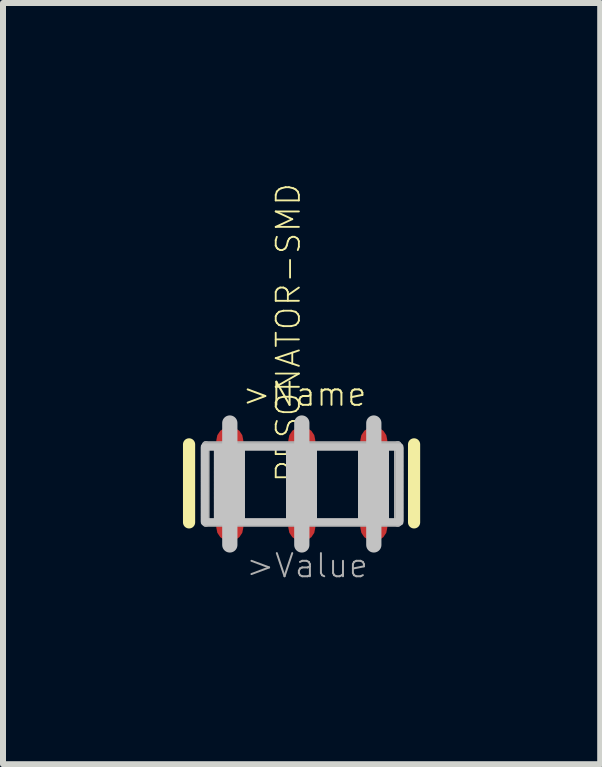
<source format=kicad_pcb>
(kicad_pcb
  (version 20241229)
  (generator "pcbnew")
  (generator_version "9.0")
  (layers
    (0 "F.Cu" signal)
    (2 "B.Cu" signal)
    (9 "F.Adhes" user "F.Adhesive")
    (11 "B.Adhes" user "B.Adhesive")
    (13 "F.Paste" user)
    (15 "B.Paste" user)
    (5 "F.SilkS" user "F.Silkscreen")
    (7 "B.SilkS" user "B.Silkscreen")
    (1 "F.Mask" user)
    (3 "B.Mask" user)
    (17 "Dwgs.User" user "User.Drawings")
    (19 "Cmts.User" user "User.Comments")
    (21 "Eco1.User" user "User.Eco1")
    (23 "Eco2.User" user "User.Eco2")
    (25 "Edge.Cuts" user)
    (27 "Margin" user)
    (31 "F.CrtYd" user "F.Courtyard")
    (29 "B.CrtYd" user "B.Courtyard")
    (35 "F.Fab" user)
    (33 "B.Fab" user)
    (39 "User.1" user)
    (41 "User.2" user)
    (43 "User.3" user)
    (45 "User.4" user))
  (footprint "RESONATOR-SMD"
    (layer "F.Cu")
    (at 1.98 5.016)
    (property "Reference" "RESONATOR-SMD" (at 0 0 270) (layer "F.SilkS") (effects (font (size 0.386 0.386) (thickness 0.031)) (justify left bottom)))
    (attr through_hole)
    (fp_poly (pts (xy -1.75 0.77) (xy 1.745 0.77) (xy 1.745 -0.765) (xy -1.75 -0.765)) (stroke (width 0) (type solid)) (fill yes) (layer "F.Mask"))
    (fp_line (start -1.879 0.64) (end -1.879 -0.66) (stroke (width 0.203) (type solid)) (layer "F.SilkS"))
    (fp_line (start 1.871 -0.66) (end 1.871 0.64) (stroke (width 0.203) (type solid)) (layer "F.SilkS"))
    (fp_line (start -1.2 1.016) (end -1.2 0) (stroke (width 0.254) (type solid)) (layer "Dwgs.User"))
    (fp_line (start -1.2 0) (end -1.2 -1.016) (stroke (width 0.254) (type solid)) (layer "Dwgs.User"))
    (fp_line (start 0 0) (end 0 -1.016) (stroke (width 0.254) (type solid)) (layer "Dwgs.User"))
    (fp_line (start 0 0) (end 0 1.016) (stroke (width 0.254) (type solid)) (layer "Dwgs.User"))
    (fp_line (start 1.2 0) (end 1.2 -1.016) (stroke (width 0.254) (type solid)) (layer "Dwgs.User"))
    (fp_line (start 1.2 0) (end 1.2 1.016) (stroke (width 0.254) (type solid)) (layer "Dwgs.User"))
    (fp_poly (pts (xy -1.633 -0.604) (xy 1.643 -0.604) (xy 1.643 -0.626) (xy -1.633 -0.626)) (stroke (width 0.1) (type solid)) (fill no) (layer "Dwgs.User"))
    (fp_poly (pts (xy -1.633 -0.583) (xy -1.611 -0.583) (xy -1.611 -0.604) (xy -1.633 -0.604)) (stroke (width 0.1) (type solid)) (fill no) (layer "Dwgs.User"))
    (fp_poly (pts (xy -1.633 -0.561) (xy -1.611 -0.561) (xy -1.611 -0.583) (xy -1.633 -0.583)) (stroke (width 0.1) (type solid)) (fill no) (layer "Dwgs.User"))
    (fp_poly (pts (xy -1.633 -0.539) (xy -1.611 -0.539) (xy -1.611 -0.561) (xy -1.633 -0.561)) (stroke (width 0.1) (type solid)) (fill no) (layer "Dwgs.User"))
    (fp_poly (pts (xy -1.633 -0.517) (xy -1.611 -0.517) (xy -1.611 -0.539) (xy -1.633 -0.539)) (stroke (width 0.1) (type solid)) (fill no) (layer "Dwgs.User"))
    (fp_poly (pts (xy -1.633 -0.495) (xy -1.611 -0.495) (xy -1.611 -0.517) (xy -1.633 -0.517)) (stroke (width 0.1) (type solid)) (fill no) (layer "Dwgs.User"))
    (fp_poly (pts (xy -1.633 -0.473) (xy -1.611 -0.473) (xy -1.611 -0.495) (xy -1.633 -0.495)) (stroke (width 0.1) (type solid)) (fill no) (layer "Dwgs.User"))
    (fp_poly (pts (xy -1.633 -0.452) (xy -1.611 -0.452) (xy -1.611 -0.473) (xy -1.633 -0.473)) (stroke (width 0.1) (type solid)) (fill no) (layer "Dwgs.User"))
    (fp_poly (pts (xy -1.633 -0.43) (xy -1.611 -0.43) (xy -1.611 -0.452) (xy -1.633 -0.452)) (stroke (width 0.1) (type solid)) (fill no) (layer "Dwgs.User"))
    (fp_poly (pts (xy -1.633 -0.408) (xy -1.611 -0.408) (xy -1.611 -0.43) (xy -1.633 -0.43)) (stroke (width 0.1) (type solid)) (fill no) (layer "Dwgs.User"))
    (fp_poly (pts (xy -1.633 -0.386) (xy -1.611 -0.386) (xy -1.611 -0.408) (xy -1.633 -0.408)) (stroke (width 0.1) (type solid)) (fill no) (layer "Dwgs.User"))
    (fp_poly (pts (xy -1.633 -0.364) (xy -1.611 -0.364) (xy -1.611 -0.386) (xy -1.633 -0.386)) (stroke (width 0.1) (type solid)) (fill no) (layer "Dwgs.User"))
    (fp_poly (pts (xy -1.633 -0.342) (xy -1.611 -0.342) (xy -1.611 -0.364) (xy -1.633 -0.364)) (stroke (width 0.1) (type solid)) (fill no) (layer "Dwgs.User"))
    (fp_poly (pts (xy -1.633 -0.32) (xy -1.611 -0.32) (xy -1.611 -0.342) (xy -1.633 -0.342)) (stroke (width 0.1) (type solid)) (fill no) (layer "Dwgs.User"))
    (fp_poly (pts (xy -1.633 -0.299) (xy -1.611 -0.299) (xy -1.611 -0.32) (xy -1.633 -0.32)) (stroke (width 0.1) (type solid)) (fill no) (layer "Dwgs.User"))
    (fp_poly (pts (xy -1.633 -0.277) (xy -1.611 -0.277) (xy -1.611 -0.299) (xy -1.633 -0.299)) (stroke (width 0.1) (type solid)) (fill no) (layer "Dwgs.User"))
    (fp_poly (pts (xy -1.633 -0.255) (xy -1.611 -0.255) (xy -1.611 -0.277) (xy -1.633 -0.277)) (stroke (width 0.1) (type solid)) (fill no) (layer "Dwgs.User"))
    (fp_poly (pts (xy -1.633 -0.233) (xy -1.611 -0.233) (xy -1.611 -0.255) (xy -1.633 -0.255)) (stroke (width 0.1) (type solid)) (fill no) (layer "Dwgs.User"))
    (fp_poly (pts (xy -1.633 -0.211) (xy -1.611 -0.211) (xy -1.611 -0.233) (xy -1.633 -0.233)) (stroke (width 0.1) (type solid)) (fill no) (layer "Dwgs.User"))
    (fp_poly (pts (xy -1.633 -0.189) (xy -1.611 -0.189) (xy -1.611 -0.211) (xy -1.633 -0.211)) (stroke (width 0.1) (type solid)) (fill no) (layer "Dwgs.User"))
    (fp_poly (pts (xy -1.633 -0.168) (xy -1.611 -0.168) (xy -1.611 -0.189) (xy -1.633 -0.189)) (stroke (width 0.1) (type solid)) (fill no) (layer "Dwgs.User"))
    (fp_poly (pts (xy -1.633 -0.146) (xy -1.611 -0.146) (xy -1.611 -0.168) (xy -1.633 -0.168)) (stroke (width 0.1) (type solid)) (fill no) (layer "Dwgs.User"))
    (fp_poly (pts (xy -1.633 -0.124) (xy -1.611 -0.124) (xy -1.611 -0.146) (xy -1.633 -0.146)) (stroke (width 0.1) (type solid)) (fill no) (layer "Dwgs.User"))
    (fp_poly (pts (xy -1.633 -0.102) (xy -1.611 -0.102) (xy -1.611 -0.124) (xy -1.633 -0.124)) (stroke (width 0.1) (type solid)) (fill no) (layer "Dwgs.User"))
    (fp_poly (pts (xy -1.633 -0.08) (xy -1.611 -0.08) (xy -1.611 -0.102) (xy -1.633 -0.102)) (stroke (width 0.1) (type solid)) (fill no) (layer "Dwgs.User"))
    (fp_poly (pts (xy -1.633 -0.058) (xy -1.611 -0.058) (xy -1.611 -0.08) (xy -1.633 -0.08)) (stroke (width 0.1) (type solid)) (fill no) (layer "Dwgs.User"))
    (fp_poly (pts (xy -1.633 -0.037) (xy -1.611 -0.037) (xy -1.611 -0.058) (xy -1.633 -0.058)) (stroke (width 0.1) (type solid)) (fill no) (layer "Dwgs.User"))
    (fp_poly (pts (xy -1.633 -0.015) (xy -1.611 -0.015) (xy -1.611 -0.037) (xy -1.633 -0.037)) (stroke (width 0.1) (type solid)) (fill no) (layer "Dwgs.User"))
    (fp_poly (pts (xy -1.633 0.007) (xy -1.611 0.007) (xy -1.611 -0.015) (xy -1.633 -0.015)) (stroke (width 0.1) (type solid)) (fill no) (layer "Dwgs.User"))
    (fp_poly (pts (xy -1.633 0.029) (xy -1.611 0.029) (xy -1.611 0.007) (xy -1.633 0.007)) (stroke (width 0.1) (type solid)) (fill no) (layer "Dwgs.User"))
    (fp_poly (pts (xy -1.633 0.051) (xy -1.611 0.051) (xy -1.611 0.029) (xy -1.633 0.029)) (stroke (width 0.1) (type solid)) (fill no) (layer "Dwgs.User"))
    (fp_poly (pts (xy -1.633 0.073) (xy -1.611 0.073) (xy -1.611 0.051) (xy -1.633 0.051)) (stroke (width 0.1) (type solid)) (fill no) (layer "Dwgs.User"))
    (fp_poly (pts (xy -1.633 0.095) (xy -1.611 0.095) (xy -1.611 0.073) (xy -1.633 0.073)) (stroke (width 0.1) (type solid)) (fill no) (layer "Dwgs.User"))
    (fp_poly (pts (xy -1.633 0.116) (xy -1.611 0.116) (xy -1.611 0.095) (xy -1.633 0.095)) (stroke (width 0.1) (type solid)) (fill no) (layer "Dwgs.User"))
    (fp_poly (pts (xy -1.633 0.138) (xy -1.611 0.138) (xy -1.611 0.116) (xy -1.633 0.116)) (stroke (width 0.1) (type solid)) (fill no) (layer "Dwgs.User"))
    (fp_poly (pts (xy -1.633 0.16) (xy -1.611 0.16) (xy -1.611 0.138) (xy -1.633 0.138)) (stroke (width 0.1) (type solid)) (fill no) (layer "Dwgs.User"))
    (fp_poly (pts (xy -1.633 0.182) (xy -1.611 0.182) (xy -1.611 0.16) (xy -1.633 0.16)) (stroke (width 0.1) (type solid)) (fill no) (layer "Dwgs.User"))
    (fp_poly (pts (xy -1.633 0.204) (xy -1.611 0.204) (xy -1.611 0.182) (xy -1.633 0.182)) (stroke (width 0.1) (type solid)) (fill no) (layer "Dwgs.User"))
    (fp_poly (pts (xy -1.633 0.226) (xy -1.611 0.226) (xy -1.611 0.204) (xy -1.633 0.204)) (stroke (width 0.1) (type solid)) (fill no) (layer "Dwgs.User"))
    (fp_poly (pts (xy -1.633 0.247) (xy -1.611 0.247) (xy -1.611 0.226) (xy -1.633 0.226)) (stroke (width 0.1) (type solid)) (fill no) (layer "Dwgs.User"))
    (fp_poly (pts (xy -1.633 0.269) (xy -1.611 0.269) (xy -1.611 0.247) (xy -1.633 0.247)) (stroke (width 0.1) (type solid)) (fill no) (layer "Dwgs.User"))
    (fp_poly (pts (xy -1.633 0.291) (xy -1.611 0.291) (xy -1.611 0.269) (xy -1.633 0.269)) (stroke (width 0.1) (type solid)) (fill no) (layer "Dwgs.User"))
    (fp_poly (pts (xy -1.633 0.313) (xy -1.611 0.313) (xy -1.611 0.291) (xy -1.633 0.291)) (stroke (width 0.1) (type solid)) (fill no) (layer "Dwgs.User"))
    (fp_poly (pts (xy -1.633 0.335) (xy -1.611 0.335) (xy -1.611 0.313) (xy -1.633 0.313)) (stroke (width 0.1) (type solid)) (fill no) (layer "Dwgs.User"))
    (fp_poly (pts (xy -1.633 0.357) (xy -1.611 0.357) (xy -1.611 0.335) (xy -1.633 0.335)) (stroke (width 0.1) (type solid)) (fill no) (layer "Dwgs.User"))
    (fp_poly (pts (xy -1.633 0.379) (xy -1.611 0.379) (xy -1.611 0.357) (xy -1.633 0.357)) (stroke (width 0.1) (type solid)) (fill no) (layer "Dwgs.User"))
    (fp_poly (pts (xy -1.633 0.4) (xy -1.611 0.4) (xy -1.611 0.379) (xy -1.633 0.379)) (stroke (width 0.1) (type solid)) (fill no) (layer "Dwgs.User"))
    (fp_poly (pts (xy -1.633 0.422) (xy -1.611 0.422) (xy -1.611 0.4) (xy -1.633 0.4)) (stroke (width 0.1) (type solid)) (fill no) (layer "Dwgs.User"))
    (fp_poly (pts (xy -1.633 0.444) (xy -1.611 0.444) (xy -1.611 0.422) (xy -1.633 0.422)) (stroke (width 0.1) (type solid)) (fill no) (layer "Dwgs.User"))
    (fp_poly (pts (xy -1.633 0.466) (xy -1.611 0.466) (xy -1.611 0.444) (xy -1.633 0.444)) (stroke (width 0.1) (type solid)) (fill no) (layer "Dwgs.User"))
    (fp_poly (pts (xy -1.633 0.488) (xy -1.611 0.488) (xy -1.611 0.466) (xy -1.633 0.466)) (stroke (width 0.1) (type solid)) (fill no) (layer "Dwgs.User"))
    (fp_poly (pts (xy -1.633 0.51) (xy -1.611 0.51) (xy -1.611 0.488) (xy -1.633 0.488)) (stroke (width 0.1) (type solid)) (fill no) (layer "Dwgs.User"))
    (fp_poly (pts (xy -1.633 0.531) (xy -1.611 0.531) (xy -1.611 0.51) (xy -1.633 0.51)) (stroke (width 0.1) (type solid)) (fill no) (layer "Dwgs.User"))
    (fp_poly (pts (xy -1.633 0.553) (xy -1.611 0.553) (xy -1.611 0.531) (xy -1.633 0.531)) (stroke (width 0.1) (type solid)) (fill no) (layer "Dwgs.User"))
    (fp_poly (pts (xy -1.633 0.575) (xy -1.611 0.575) (xy -1.611 0.553) (xy -1.633 0.553)) (stroke (width 0.1) (type solid)) (fill no) (layer "Dwgs.User"))
    (fp_poly (pts (xy -1.633 0.597) (xy -1.611 0.597) (xy -1.611 0.575) (xy -1.633 0.575)) (stroke (width 0.1) (type solid)) (fill no) (layer "Dwgs.User"))
    (fp_poly (pts (xy -1.633 0.619) (xy -1.611 0.619) (xy -1.611 0.597) (xy -1.633 0.597)) (stroke (width 0.1) (type solid)) (fill no) (layer "Dwgs.User"))
    (fp_poly (pts (xy -1.633 0.641) (xy 1.643 0.641) (xy 1.643 0.619) (xy -1.633 0.619)) (stroke (width 0.1) (type solid)) (fill no) (layer "Dwgs.User"))
    (fp_poly (pts (xy -1.415 -0.583) (xy -1 -0.583) (xy -1 -0.604) (xy -1.415 -0.604)) (stroke (width 0.1) (type solid)) (fill no) (layer "Dwgs.User"))
    (fp_poly (pts (xy -1.415 -0.561) (xy -1 -0.561) (xy -1 -0.583) (xy -1.415 -0.583)) (stroke (width 0.1) (type solid)) (fill no) (layer "Dwgs.User"))
    (fp_poly (pts (xy -1.415 -0.539) (xy -1 -0.539) (xy -1 -0.561) (xy -1.415 -0.561)) (stroke (width 0.1) (type solid)) (fill no) (layer "Dwgs.User"))
    (fp_poly (pts (xy -1.415 -0.517) (xy -1 -0.517) (xy -1 -0.539) (xy -1.415 -0.539)) (stroke (width 0.1) (type solid)) (fill no) (layer "Dwgs.User"))
    (fp_poly (pts (xy -1.415 -0.495) (xy -1 -0.495) (xy -1 -0.517) (xy -1.415 -0.517)) (stroke (width 0.1) (type solid)) (fill no) (layer "Dwgs.User"))
    (fp_poly (pts (xy -1.415 -0.473) (xy -1 -0.473) (xy -1 -0.495) (xy -1.415 -0.495)) (stroke (width 0.1) (type solid)) (fill no) (layer "Dwgs.User"))
    (fp_poly (pts (xy -1.415 -0.452) (xy -1 -0.452) (xy -1 -0.473) (xy -1.415 -0.473)) (stroke (width 0.1) (type solid)) (fill no) (layer "Dwgs.User"))
    (fp_poly (pts (xy -1.415 -0.43) (xy -1 -0.43) (xy -1 -0.452) (xy -1.415 -0.452)) (stroke (width 0.1) (type solid)) (fill no) (layer "Dwgs.User"))
    (fp_poly (pts (xy -1.415 -0.408) (xy -1 -0.408) (xy -1 -0.43) (xy -1.415 -0.43)) (stroke (width 0.1) (type solid)) (fill no) (layer "Dwgs.User"))
    (fp_poly (pts (xy -1.415 -0.386) (xy -1 -0.386) (xy -1 -0.408) (xy -1.415 -0.408)) (stroke (width 0.1) (type solid)) (fill no) (layer "Dwgs.User"))
    (fp_poly (pts (xy -1.415 -0.364) (xy -1 -0.364) (xy -1 -0.386) (xy -1.415 -0.386)) (stroke (width 0.1) (type solid)) (fill no) (layer "Dwgs.User"))
    (fp_poly (pts (xy -1.415 -0.342) (xy -1 -0.342) (xy -1 -0.364) (xy -1.415 -0.364)) (stroke (width 0.1) (type solid)) (fill no) (layer "Dwgs.User"))
    (fp_poly (pts (xy -1.415 -0.32) (xy -1 -0.32) (xy -1 -0.342) (xy -1.415 -0.342)) (stroke (width 0.1) (type solid)) (fill no) (layer "Dwgs.User"))
    (fp_poly (pts (xy -1.415 -0.299) (xy -1 -0.299) (xy -1 -0.32) (xy -1.415 -0.32)) (stroke (width 0.1) (type solid)) (fill no) (layer "Dwgs.User"))
    (fp_poly (pts (xy -1.415 -0.277) (xy -1 -0.277) (xy -1 -0.299) (xy -1.415 -0.299)) (stroke (width 0.1) (type solid)) (fill no) (layer "Dwgs.User"))
    (fp_poly (pts (xy -1.415 -0.255) (xy -1 -0.255) (xy -1 -0.277) (xy -1.415 -0.277)) (stroke (width 0.1) (type solid)) (fill no) (layer "Dwgs.User"))
    (fp_poly (pts (xy -1.415 -0.233) (xy -1 -0.233) (xy -1 -0.255) (xy -1.415 -0.255)) (stroke (width 0.1) (type solid)) (fill no) (layer "Dwgs.User"))
    (fp_poly (pts (xy -1.415 -0.211) (xy -1 -0.211) (xy -1 -0.233) (xy -1.415 -0.233)) (stroke (width 0.1) (type solid)) (fill no) (layer "Dwgs.User"))
    (fp_poly (pts (xy -1.415 -0.189) (xy -1 -0.189) (xy -1 -0.211) (xy -1.415 -0.211)) (stroke (width 0.1) (type solid)) (fill no) (layer "Dwgs.User"))
    (fp_poly (pts (xy -1.415 -0.168) (xy -1 -0.168) (xy -1 -0.189) (xy -1.415 -0.189)) (stroke (width 0.1) (type solid)) (fill no) (layer "Dwgs.User"))
    (fp_poly (pts (xy -1.415 -0.146) (xy -1 -0.146) (xy -1 -0.168) (xy -1.415 -0.168)) (stroke (width 0.1) (type solid)) (fill no) (layer "Dwgs.User"))
    (fp_poly (pts (xy -1.415 -0.124) (xy -1 -0.124) (xy -1 -0.146) (xy -1.415 -0.146)) (stroke (width 0.1) (type solid)) (fill no) (layer "Dwgs.User"))
    (fp_poly (pts (xy -1.415 -0.102) (xy -1 -0.102) (xy -1 -0.124) (xy -1.415 -0.124)) (stroke (width 0.1) (type solid)) (fill no) (layer "Dwgs.User"))
    (fp_poly (pts (xy -1.415 -0.08) (xy -1 -0.08) (xy -1 -0.102) (xy -1.415 -0.102)) (stroke (width 0.1) (type solid)) (fill no) (layer "Dwgs.User"))
    (fp_poly (pts (xy -1.415 -0.058) (xy -1 -0.058) (xy -1 -0.08) (xy -1.415 -0.08)) (stroke (width 0.1) (type solid)) (fill no) (layer "Dwgs.User"))
    (fp_poly (pts (xy -1.415 -0.037) (xy -1 -0.037) (xy -1 -0.058) (xy -1.415 -0.058)) (stroke (width 0.1) (type solid)) (fill no) (layer "Dwgs.User"))
    (fp_poly (pts (xy -1.415 -0.015) (xy -1 -0.015) (xy -1 -0.037) (xy -1.415 -0.037)) (stroke (width 0.1) (type solid)) (fill no) (layer "Dwgs.User"))
    (fp_poly (pts (xy -1.415 0.007) (xy -1 0.007) (xy -1 -0.015) (xy -1.415 -0.015)) (stroke (width 0.1) (type solid)) (fill no) (layer "Dwgs.User"))
    (fp_poly (pts (xy -1.415 0.029) (xy -1 0.029) (xy -1 0.007) (xy -1.415 0.007)) (stroke (width 0.1) (type solid)) (fill no) (layer "Dwgs.User"))
    (fp_poly (pts (xy -1.415 0.051) (xy -1 0.051) (xy -1 0.029) (xy -1.415 0.029)) (stroke (width 0.1) (type solid)) (fill no) (layer "Dwgs.User"))
    (fp_poly (pts (xy -1.415 0.073) (xy -1 0.073) (xy -1 0.051) (xy -1.415 0.051)) (stroke (width 0.1) (type solid)) (fill no) (layer "Dwgs.User"))
    (fp_poly (pts (xy -1.415 0.095) (xy -1 0.095) (xy -1 0.073) (xy -1.415 0.073)) (stroke (width 0.1) (type solid)) (fill no) (layer "Dwgs.User"))
    (fp_poly (pts (xy -1.415 0.116) (xy -1 0.116) (xy -1 0.095) (xy -1.415 0.095)) (stroke (width 0.1) (type solid)) (fill no) (layer "Dwgs.User"))
    (fp_poly (pts (xy -1.415 0.138) (xy -1 0.138) (xy -1 0.116) (xy -1.415 0.116)) (stroke (width 0.1) (type solid)) (fill no) (layer "Dwgs.User"))
    (fp_poly (pts (xy -1.415 0.16) (xy -1 0.16) (xy -1 0.138) (xy -1.415 0.138)) (stroke (width 0.1) (type solid)) (fill no) (layer "Dwgs.User"))
    (fp_poly (pts (xy -1.415 0.182) (xy -1 0.182) (xy -1 0.16) (xy -1.415 0.16)) (stroke (width 0.1) (type solid)) (fill no) (layer "Dwgs.User"))
    (fp_poly (pts (xy -1.415 0.204) (xy -1 0.204) (xy -1 0.182) (xy -1.415 0.182)) (stroke (width 0.1) (type solid)) (fill no) (layer "Dwgs.User"))
    (fp_poly (pts (xy -1.415 0.226) (xy -1 0.226) (xy -1 0.204) (xy -1.415 0.204)) (stroke (width 0.1) (type solid)) (fill no) (layer "Dwgs.User"))
    (fp_poly (pts (xy -1.415 0.247) (xy -1 0.247) (xy -1 0.226) (xy -1.415 0.226)) (stroke (width 0.1) (type solid)) (fill no) (layer "Dwgs.User"))
    (fp_poly (pts (xy -1.415 0.269) (xy -1 0.269) (xy -1 0.247) (xy -1.415 0.247)) (stroke (width 0.1) (type solid)) (fill no) (layer "Dwgs.User"))
    (fp_poly (pts (xy -1.415 0.291) (xy -1 0.291) (xy -1 0.269) (xy -1.415 0.269)) (stroke (width 0.1) (type solid)) (fill no) (layer "Dwgs.User"))
    (fp_poly (pts (xy -1.415 0.313) (xy -1 0.313) (xy -1 0.291) (xy -1.415 0.291)) (stroke (width 0.1) (type solid)) (fill no) (layer "Dwgs.User"))
    (fp_poly (pts (xy -1.415 0.335) (xy -1 0.335) (xy -1 0.313) (xy -1.415 0.313)) (stroke (width 0.1) (type solid)) (fill no) (layer "Dwgs.User"))
    (fp_poly (pts (xy -1.415 0.357) (xy -1 0.357) (xy -1 0.335) (xy -1.415 0.335)) (stroke (width 0.1) (type solid)) (fill no) (layer "Dwgs.User"))
    (fp_poly (pts (xy -1.415 0.379) (xy -1 0.379) (xy -1 0.357) (xy -1.415 0.357)) (stroke (width 0.1) (type solid)) (fill no) (layer "Dwgs.User"))
    (fp_poly (pts (xy -1.415 0.4) (xy -1 0.4) (xy -1 0.379) (xy -1.415 0.379)) (stroke (width 0.1) (type solid)) (fill no) (layer "Dwgs.User"))
    (fp_poly (pts (xy -1.415 0.422) (xy -1 0.422) (xy -1 0.4) (xy -1.415 0.4)) (stroke (width 0.1) (type solid)) (fill no) (layer "Dwgs.User"))
    (fp_poly (pts (xy -1.415 0.444) (xy -1 0.444) (xy -1 0.422) (xy -1.415 0.422)) (stroke (width 0.1) (type solid)) (fill no) (layer "Dwgs.User"))
    (fp_poly (pts (xy -1.415 0.466) (xy -1 0.466) (xy -1 0.444) (xy -1.415 0.444)) (stroke (width 0.1) (type solid)) (fill no) (layer "Dwgs.User"))
    (fp_poly (pts (xy -1.415 0.488) (xy -1 0.488) (xy -1 0.466) (xy -1.415 0.466)) (stroke (width 0.1) (type solid)) (fill no) (layer "Dwgs.User"))
    (fp_poly (pts (xy -1.415 0.51) (xy -1 0.51) (xy -1 0.488) (xy -1.415 0.488)) (stroke (width 0.1) (type solid)) (fill no) (layer "Dwgs.User"))
    (fp_poly (pts (xy -1.415 0.531) (xy -1 0.531) (xy -1 0.51) (xy -1.415 0.51)) (stroke (width 0.1) (type solid)) (fill no) (layer "Dwgs.User"))
    (fp_poly (pts (xy -1.415 0.553) (xy -1 0.553) (xy -1 0.531) (xy -1.415 0.531)) (stroke (width 0.1) (type solid)) (fill no) (layer "Dwgs.User"))
    (fp_poly (pts (xy -1.415 0.575) (xy -1 0.575) (xy -1 0.553) (xy -1.415 0.553)) (stroke (width 0.1) (type solid)) (fill no) (layer "Dwgs.User"))
    (fp_poly (pts (xy -1.415 0.597) (xy -1 0.597) (xy -1 0.575) (xy -1.415 0.575)) (stroke (width 0.1) (type solid)) (fill no) (layer "Dwgs.User"))
    (fp_poly (pts (xy -1.415 0.619) (xy -1 0.619) (xy -1 0.597) (xy -1.415 0.597)) (stroke (width 0.1) (type solid)) (fill no) (layer "Dwgs.User"))
    (fp_poly (pts (xy -0.213 -0.583) (xy 0.202 -0.583) (xy 0.202 -0.604) (xy -0.213 -0.604)) (stroke (width 0.1) (type solid)) (fill no) (layer "Dwgs.User"))
    (fp_poly (pts (xy -0.213 -0.561) (xy 0.202 -0.561) (xy 0.202 -0.583) (xy -0.213 -0.583)) (stroke (width 0.1) (type solid)) (fill no) (layer "Dwgs.User"))
    (fp_poly (pts (xy -0.213 -0.539) (xy 0.202 -0.539) (xy 0.202 -0.561) (xy -0.213 -0.561)) (stroke (width 0.1) (type solid)) (fill no) (layer "Dwgs.User"))
    (fp_poly (pts (xy -0.213 -0.517) (xy 0.202 -0.517) (xy 0.202 -0.539) (xy -0.213 -0.539)) (stroke (width 0.1) (type solid)) (fill no) (layer "Dwgs.User"))
    (fp_poly (pts (xy -0.213 -0.495) (xy 0.202 -0.495) (xy 0.202 -0.517) (xy -0.213 -0.517)) (stroke (width 0.1) (type solid)) (fill no) (layer "Dwgs.User"))
    (fp_poly (pts (xy -0.213 -0.473) (xy 0.202 -0.473) (xy 0.202 -0.495) (xy -0.213 -0.495)) (stroke (width 0.1) (type solid)) (fill no) (layer "Dwgs.User"))
    (fp_poly (pts (xy -0.213 -0.452) (xy 0.202 -0.452) (xy 0.202 -0.473) (xy -0.213 -0.473)) (stroke (width 0.1) (type solid)) (fill no) (layer "Dwgs.User"))
    (fp_poly (pts (xy -0.213 -0.43) (xy 0.202 -0.43) (xy 0.202 -0.452) (xy -0.213 -0.452)) (stroke (width 0.1) (type solid)) (fill no) (layer "Dwgs.User"))
    (fp_poly (pts (xy -0.213 -0.408) (xy 0.202 -0.408) (xy 0.202 -0.43) (xy -0.213 -0.43)) (stroke (width 0.1) (type solid)) (fill no) (layer "Dwgs.User"))
    (fp_poly (pts (xy -0.213 -0.386) (xy 0.202 -0.386) (xy 0.202 -0.408) (xy -0.213 -0.408)) (stroke (width 0.1) (type solid)) (fill no) (layer "Dwgs.User"))
    (fp_poly (pts (xy -0.213 -0.364) (xy 0.202 -0.364) (xy 0.202 -0.386) (xy -0.213 -0.386)) (stroke (width 0.1) (type solid)) (fill no) (layer "Dwgs.User"))
    (fp_poly (pts (xy -0.213 -0.342) (xy 0.202 -0.342) (xy 0.202 -0.364) (xy -0.213 -0.364)) (stroke (width 0.1) (type solid)) (fill no) (layer "Dwgs.User"))
    (fp_poly (pts (xy -0.213 -0.32) (xy 0.202 -0.32) (xy 0.202 -0.342) (xy -0.213 -0.342)) (stroke (width 0.1) (type solid)) (fill no) (layer "Dwgs.User"))
    (fp_poly (pts (xy -0.213 -0.299) (xy 0.202 -0.299) (xy 0.202 -0.32) (xy -0.213 -0.32)) (stroke (width 0.1) (type solid)) (fill no) (layer "Dwgs.User"))
    (fp_poly (pts (xy -0.213 -0.277) (xy 0.202 -0.277) (xy 0.202 -0.299) (xy -0.213 -0.299)) (stroke (width 0.1) (type solid)) (fill no) (layer "Dwgs.User"))
    (fp_poly (pts (xy -0.213 -0.255) (xy 0.202 -0.255) (xy 0.202 -0.277) (xy -0.213 -0.277)) (stroke (width 0.1) (type solid)) (fill no) (layer "Dwgs.User"))
    (fp_poly (pts (xy -0.213 -0.233) (xy 0.202 -0.233) (xy 0.202 -0.255) (xy -0.213 -0.255)) (stroke (width 0.1) (type solid)) (fill no) (layer "Dwgs.User"))
    (fp_poly (pts (xy -0.213 -0.211) (xy 0.202 -0.211) (xy 0.202 -0.233) (xy -0.213 -0.233)) (stroke (width 0.1) (type solid)) (fill no) (layer "Dwgs.User"))
    (fp_poly (pts (xy -0.213 -0.189) (xy 0.202 -0.189) (xy 0.202 -0.211) (xy -0.213 -0.211)) (stroke (width 0.1) (type solid)) (fill no) (layer "Dwgs.User"))
    (fp_poly (pts (xy -0.213 -0.168) (xy 0.202 -0.168) (xy 0.202 -0.189) (xy -0.213 -0.189)) (stroke (width 0.1) (type solid)) (fill no) (layer "Dwgs.User"))
    (fp_poly (pts (xy -0.213 -0.146) (xy 0.202 -0.146) (xy 0.202 -0.168) (xy -0.213 -0.168)) (stroke (width 0.1) (type solid)) (fill no) (layer "Dwgs.User"))
    (fp_poly (pts (xy -0.213 -0.124) (xy 0.202 -0.124) (xy 0.202 -0.146) (xy -0.213 -0.146)) (stroke (width 0.1) (type solid)) (fill no) (layer "Dwgs.User"))
    (fp_poly (pts (xy -0.213 -0.102) (xy 0.202 -0.102) (xy 0.202 -0.124) (xy -0.213 -0.124)) (stroke (width 0.1) (type solid)) (fill no) (layer "Dwgs.User"))
    (fp_poly (pts (xy -0.213 -0.08) (xy 0.202 -0.08) (xy 0.202 -0.102) (xy -0.213 -0.102)) (stroke (width 0.1) (type solid)) (fill no) (layer "Dwgs.User"))
    (fp_poly (pts (xy -0.213 -0.058) (xy 0.202 -0.058) (xy 0.202 -0.08) (xy -0.213 -0.08)) (stroke (width 0.1) (type solid)) (fill no) (layer "Dwgs.User"))
    (fp_poly (pts (xy -0.213 -0.037) (xy 0.202 -0.037) (xy 0.202 -0.058) (xy -0.213 -0.058)) (stroke (width 0.1) (type solid)) (fill no) (layer "Dwgs.User"))
    (fp_poly (pts (xy -0.213 -0.015) (xy 0.202 -0.015) (xy 0.202 -0.037) (xy -0.213 -0.037)) (stroke (width 0.1) (type solid)) (fill no) (layer "Dwgs.User"))
    (fp_poly (pts (xy -0.213 0.007) (xy 0.202 0.007) (xy 0.202 -0.015) (xy -0.213 -0.015)) (stroke (width 0.1) (type solid)) (fill no) (layer "Dwgs.User"))
    (fp_poly (pts (xy -0.213 0.029) (xy 0.202 0.029) (xy 0.202 0.007) (xy -0.213 0.007)) (stroke (width 0.1) (type solid)) (fill no) (layer "Dwgs.User"))
    (fp_poly (pts (xy -0.213 0.051) (xy 0.202 0.051) (xy 0.202 0.029) (xy -0.213 0.029)) (stroke (width 0.1) (type solid)) (fill no) (layer "Dwgs.User"))
    (fp_poly (pts (xy -0.213 0.073) (xy 0.202 0.073) (xy 0.202 0.051) (xy -0.213 0.051)) (stroke (width 0.1) (type solid)) (fill no) (layer "Dwgs.User"))
    (fp_poly (pts (xy -0.213 0.095) (xy 0.202 0.095) (xy 0.202 0.073) (xy -0.213 0.073)) (stroke (width 0.1) (type solid)) (fill no) (layer "Dwgs.User"))
    (fp_poly (pts (xy -0.213 0.116) (xy 0.202 0.116) (xy 0.202 0.095) (xy -0.213 0.095)) (stroke (width 0.1) (type solid)) (fill no) (layer "Dwgs.User"))
    (fp_poly (pts (xy -0.213 0.138) (xy 0.202 0.138) (xy 0.202 0.116) (xy -0.213 0.116)) (stroke (width 0.1) (type solid)) (fill no) (layer "Dwgs.User"))
    (fp_poly (pts (xy -0.213 0.16) (xy 0.202 0.16) (xy 0.202 0.138) (xy -0.213 0.138)) (stroke (width 0.1) (type solid)) (fill no) (layer "Dwgs.User"))
    (fp_poly (pts (xy -0.213 0.182) (xy 0.202 0.182) (xy 0.202 0.16) (xy -0.213 0.16)) (stroke (width 0.1) (type solid)) (fill no) (layer "Dwgs.User"))
    (fp_poly (pts (xy -0.213 0.204) (xy 0.202 0.204) (xy 0.202 0.182) (xy -0.213 0.182)) (stroke (width 0.1) (type solid)) (fill no) (layer "Dwgs.User"))
    (fp_poly (pts (xy -0.213 0.226) (xy 0.202 0.226) (xy 0.202 0.204) (xy -0.213 0.204)) (stroke (width 0.1) (type solid)) (fill no) (layer "Dwgs.User"))
    (fp_poly (pts (xy -0.213 0.247) (xy 0.202 0.247) (xy 0.202 0.226) (xy -0.213 0.226)) (stroke (width 0.1) (type solid)) (fill no) (layer "Dwgs.User"))
    (fp_poly (pts (xy -0.213 0.269) (xy 0.202 0.269) (xy 0.202 0.247) (xy -0.213 0.247)) (stroke (width 0.1) (type solid)) (fill no) (layer "Dwgs.User"))
    (fp_poly (pts (xy -0.213 0.291) (xy 0.202 0.291) (xy 0.202 0.269) (xy -0.213 0.269)) (stroke (width 0.1) (type solid)) (fill no) (layer "Dwgs.User"))
    (fp_poly (pts (xy -0.213 0.313) (xy 0.202 0.313) (xy 0.202 0.291) (xy -0.213 0.291)) (stroke (width 0.1) (type solid)) (fill no) (layer "Dwgs.User"))
    (fp_poly (pts (xy -0.213 0.335) (xy 0.202 0.335) (xy 0.202 0.313) (xy -0.213 0.313)) (stroke (width 0.1) (type solid)) (fill no) (layer "Dwgs.User"))
    (fp_poly (pts (xy -0.213 0.357) (xy 0.202 0.357) (xy 0.202 0.335) (xy -0.213 0.335)) (stroke (width 0.1) (type solid)) (fill no) (layer "Dwgs.User"))
    (fp_poly (pts (xy -0.213 0.379) (xy 0.202 0.379) (xy 0.202 0.357) (xy -0.213 0.357)) (stroke (width 0.1) (type solid)) (fill no) (layer "Dwgs.User"))
    (fp_poly (pts (xy -0.213 0.4) (xy 0.202 0.4) (xy 0.202 0.379) (xy -0.213 0.379)) (stroke (width 0.1) (type solid)) (fill no) (layer "Dwgs.User"))
    (fp_poly (pts (xy -0.213 0.422) (xy 0.202 0.422) (xy 0.202 0.4) (xy -0.213 0.4)) (stroke (width 0.1) (type solid)) (fill no) (layer "Dwgs.User"))
    (fp_poly (pts (xy -0.213 0.444) (xy 0.202 0.444) (xy 0.202 0.422) (xy -0.213 0.422)) (stroke (width 0.1) (type solid)) (fill no) (layer "Dwgs.User"))
    (fp_poly (pts (xy -0.213 0.466) (xy 0.202 0.466) (xy 0.202 0.444) (xy -0.213 0.444)) (stroke (width 0.1) (type solid)) (fill no) (layer "Dwgs.User"))
    (fp_poly (pts (xy -0.213 0.488) (xy 0.202 0.488) (xy 0.202 0.466) (xy -0.213 0.466)) (stroke (width 0.1) (type solid)) (fill no) (layer "Dwgs.User"))
    (fp_poly (pts (xy -0.213 0.51) (xy 0.202 0.51) (xy 0.202 0.488) (xy -0.213 0.488)) (stroke (width 0.1) (type solid)) (fill no) (layer "Dwgs.User"))
    (fp_poly (pts (xy -0.213 0.531) (xy 0.202 0.531) (xy 0.202 0.51) (xy -0.213 0.51)) (stroke (width 0.1) (type solid)) (fill no) (layer "Dwgs.User"))
    (fp_poly (pts (xy -0.213 0.553) (xy 0.202 0.553) (xy 0.202 0.531) (xy -0.213 0.531)) (stroke (width 0.1) (type solid)) (fill no) (layer "Dwgs.User"))
    (fp_poly (pts (xy -0.213 0.575) (xy 0.202 0.575) (xy 0.202 0.553) (xy -0.213 0.553)) (stroke (width 0.1) (type solid)) (fill no) (layer "Dwgs.User"))
    (fp_poly (pts (xy -0.213 0.597) (xy 0.202 0.597) (xy 0.202 0.575) (xy -0.213 0.575)) (stroke (width 0.1) (type solid)) (fill no) (layer "Dwgs.User"))
    (fp_poly (pts (xy -0.213 0.619) (xy 0.202 0.619) (xy 0.202 0.597) (xy -0.213 0.597)) (stroke (width 0.1) (type solid)) (fill no) (layer "Dwgs.User"))
    (fp_poly (pts (xy 0.988 -0.583) (xy 1.403 -0.583) (xy 1.403 -0.604) (xy 0.988 -0.604)) (stroke (width 0.1) (type solid)) (fill no) (layer "Dwgs.User"))
    (fp_poly (pts (xy 0.988 -0.561) (xy 1.403 -0.561) (xy 1.403 -0.583) (xy 0.988 -0.583)) (stroke (width 0.1) (type solid)) (fill no) (layer "Dwgs.User"))
    (fp_poly (pts (xy 0.988 -0.539) (xy 1.403 -0.539) (xy 1.403 -0.561) (xy 0.988 -0.561)) (stroke (width 0.1) (type solid)) (fill no) (layer "Dwgs.User"))
    (fp_poly (pts (xy 0.988 -0.517) (xy 1.403 -0.517) (xy 1.403 -0.539) (xy 0.988 -0.539)) (stroke (width 0.1) (type solid)) (fill no) (layer "Dwgs.User"))
    (fp_poly (pts (xy 0.988 -0.495) (xy 1.403 -0.495) (xy 1.403 -0.517) (xy 0.988 -0.517)) (stroke (width 0.1) (type solid)) (fill no) (layer "Dwgs.User"))
    (fp_poly (pts (xy 0.988 -0.473) (xy 1.403 -0.473) (xy 1.403 -0.495) (xy 0.988 -0.495)) (stroke (width 0.1) (type solid)) (fill no) (layer "Dwgs.User"))
    (fp_poly (pts (xy 0.988 -0.452) (xy 1.403 -0.452) (xy 1.403 -0.473) (xy 0.988 -0.473)) (stroke (width 0.1) (type solid)) (fill no) (layer "Dwgs.User"))
    (fp_poly (pts (xy 0.988 -0.43) (xy 1.403 -0.43) (xy 1.403 -0.452) (xy 0.988 -0.452)) (stroke (width 0.1) (type solid)) (fill no) (layer "Dwgs.User"))
    (fp_poly (pts (xy 0.988 -0.408) (xy 1.403 -0.408) (xy 1.403 -0.43) (xy 0.988 -0.43)) (stroke (width 0.1) (type solid)) (fill no) (layer "Dwgs.User"))
    (fp_poly (pts (xy 0.988 -0.386) (xy 1.403 -0.386) (xy 1.403 -0.408) (xy 0.988 -0.408)) (stroke (width 0.1) (type solid)) (fill no) (layer "Dwgs.User"))
    (fp_poly (pts (xy 0.988 -0.364) (xy 1.403 -0.364) (xy 1.403 -0.386) (xy 0.988 -0.386)) (stroke (width 0.1) (type solid)) (fill no) (layer "Dwgs.User"))
    (fp_poly (pts (xy 0.988 -0.342) (xy 1.403 -0.342) (xy 1.403 -0.364) (xy 0.988 -0.364)) (stroke (width 0.1) (type solid)) (fill no) (layer "Dwgs.User"))
    (fp_poly (pts (xy 0.988 -0.32) (xy 1.403 -0.32) (xy 1.403 -0.342) (xy 0.988 -0.342)) (stroke (width 0.1) (type solid)) (fill no) (layer "Dwgs.User"))
    (fp_poly (pts (xy 0.988 -0.299) (xy 1.403 -0.299) (xy 1.403 -0.32) (xy 0.988 -0.32)) (stroke (width 0.1) (type solid)) (fill no) (layer "Dwgs.User"))
    (fp_poly (pts (xy 0.988 -0.277) (xy 1.403 -0.277) (xy 1.403 -0.299) (xy 0.988 -0.299)) (stroke (width 0.1) (type solid)) (fill no) (layer "Dwgs.User"))
    (fp_poly (pts (xy 0.988 -0.255) (xy 1.403 -0.255) (xy 1.403 -0.277) (xy 0.988 -0.277)) (stroke (width 0.1) (type solid)) (fill no) (layer "Dwgs.User"))
    (fp_poly (pts (xy 0.988 -0.233) (xy 1.403 -0.233) (xy 1.403 -0.255) (xy 0.988 -0.255)) (stroke (width 0.1) (type solid)) (fill no) (layer "Dwgs.User"))
    (fp_poly (pts (xy 0.988 -0.211) (xy 1.403 -0.211) (xy 1.403 -0.233) (xy 0.988 -0.233)) (stroke (width 0.1) (type solid)) (fill no) (layer "Dwgs.User"))
    (fp_poly (pts (xy 0.988 -0.189) (xy 1.403 -0.189) (xy 1.403 -0.211) (xy 0.988 -0.211)) (stroke (width 0.1) (type solid)) (fill no) (layer "Dwgs.User"))
    (fp_poly (pts (xy 0.988 -0.168) (xy 1.403 -0.168) (xy 1.403 -0.189) (xy 0.988 -0.189)) (stroke (width 0.1) (type solid)) (fill no) (layer "Dwgs.User"))
    (fp_poly (pts (xy 0.988 -0.146) (xy 1.403 -0.146) (xy 1.403 -0.168) (xy 0.988 -0.168)) (stroke (width 0.1) (type solid)) (fill no) (layer "Dwgs.User"))
    (fp_poly (pts (xy 0.988 -0.124) (xy 1.403 -0.124) (xy 1.403 -0.146) (xy 0.988 -0.146)) (stroke (width 0.1) (type solid)) (fill no) (layer "Dwgs.User"))
    (fp_poly (pts (xy 0.988 -0.102) (xy 1.403 -0.102) (xy 1.403 -0.124) (xy 0.988 -0.124)) (stroke (width 0.1) (type solid)) (fill no) (layer "Dwgs.User"))
    (fp_poly (pts (xy 0.988 -0.08) (xy 1.403 -0.08) (xy 1.403 -0.102) (xy 0.988 -0.102)) (stroke (width 0.1) (type solid)) (fill no) (layer "Dwgs.User"))
    (fp_poly (pts (xy 0.988 -0.058) (xy 1.403 -0.058) (xy 1.403 -0.08) (xy 0.988 -0.08)) (stroke (width 0.1) (type solid)) (fill no) (layer "Dwgs.User"))
    (fp_poly (pts (xy 0.988 -0.037) (xy 1.403 -0.037) (xy 1.403 -0.058) (xy 0.988 -0.058)) (stroke (width 0.1) (type solid)) (fill no) (layer "Dwgs.User"))
    (fp_poly (pts (xy 0.988 -0.015) (xy 1.403 -0.015) (xy 1.403 -0.037) (xy 0.988 -0.037)) (stroke (width 0.1) (type solid)) (fill no) (layer "Dwgs.User"))
    (fp_poly (pts (xy 0.988 0.007) (xy 1.403 0.007) (xy 1.403 -0.015) (xy 0.988 -0.015)) (stroke (width 0.1) (type solid)) (fill no) (layer "Dwgs.User"))
    (fp_poly (pts (xy 0.988 0.029) (xy 1.403 0.029) (xy 1.403 0.007) (xy 0.988 0.007)) (stroke (width 0.1) (type solid)) (fill no) (layer "Dwgs.User"))
    (fp_poly (pts (xy 0.988 0.051) (xy 1.403 0.051) (xy 1.403 0.029) (xy 0.988 0.029)) (stroke (width 0.1) (type solid)) (fill no) (layer "Dwgs.User"))
    (fp_poly (pts (xy 0.988 0.073) (xy 1.403 0.073) (xy 1.403 0.051) (xy 0.988 0.051)) (stroke (width 0.1) (type solid)) (fill no) (layer "Dwgs.User"))
    (fp_poly (pts (xy 0.988 0.095) (xy 1.403 0.095) (xy 1.403 0.073) (xy 0.988 0.073)) (stroke (width 0.1) (type solid)) (fill no) (layer "Dwgs.User"))
    (fp_poly (pts (xy 0.988 0.116) (xy 1.403 0.116) (xy 1.403 0.095) (xy 0.988 0.095)) (stroke (width 0.1) (type solid)) (fill no) (layer "Dwgs.User"))
    (fp_poly (pts (xy 0.988 0.138) (xy 1.403 0.138) (xy 1.403 0.116) (xy 0.988 0.116)) (stroke (width 0.1) (type solid)) (fill no) (layer "Dwgs.User"))
    (fp_poly (pts (xy 0.988 0.16) (xy 1.403 0.16) (xy 1.403 0.138) (xy 0.988 0.138)) (stroke (width 0.1) (type solid)) (fill no) (layer "Dwgs.User"))
    (fp_poly (pts (xy 0.988 0.182) (xy 1.403 0.182) (xy 1.403 0.16) (xy 0.988 0.16)) (stroke (width 0.1) (type solid)) (fill no) (layer "Dwgs.User"))
    (fp_poly (pts (xy 0.988 0.204) (xy 1.403 0.204) (xy 1.403 0.182) (xy 0.988 0.182)) (stroke (width 0.1) (type solid)) (fill no) (layer "Dwgs.User"))
    (fp_poly (pts (xy 0.988 0.226) (xy 1.403 0.226) (xy 1.403 0.204) (xy 0.988 0.204)) (stroke (width 0.1) (type solid)) (fill no) (layer "Dwgs.User"))
    (fp_poly (pts (xy 0.988 0.247) (xy 1.403 0.247) (xy 1.403 0.226) (xy 0.988 0.226)) (stroke (width 0.1) (type solid)) (fill no) (layer "Dwgs.User"))
    (fp_poly (pts (xy 0.988 0.269) (xy 1.403 0.269) (xy 1.403 0.247) (xy 0.988 0.247)) (stroke (width 0.1) (type solid)) (fill no) (layer "Dwgs.User"))
    (fp_poly (pts (xy 0.988 0.291) (xy 1.403 0.291) (xy 1.403 0.269) (xy 0.988 0.269)) (stroke (width 0.1) (type solid)) (fill no) (layer "Dwgs.User"))
    (fp_poly (pts (xy 0.988 0.313) (xy 1.403 0.313) (xy 1.403 0.291) (xy 0.988 0.291)) (stroke (width 0.1) (type solid)) (fill no) (layer "Dwgs.User"))
    (fp_poly (pts (xy 0.988 0.335) (xy 1.403 0.335) (xy 1.403 0.313) (xy 0.988 0.313)) (stroke (width 0.1) (type solid)) (fill no) (layer "Dwgs.User"))
    (fp_poly (pts (xy 0.988 0.357) (xy 1.403 0.357) (xy 1.403 0.335) (xy 0.988 0.335)) (stroke (width 0.1) (type solid)) (fill no) (layer "Dwgs.User"))
    (fp_poly (pts (xy 0.988 0.379) (xy 1.403 0.379) (xy 1.403 0.357) (xy 0.988 0.357)) (stroke (width 0.1) (type solid)) (fill no) (layer "Dwgs.User"))
    (fp_poly (pts (xy 0.988 0.4) (xy 1.403 0.4) (xy 1.403 0.379) (xy 0.988 0.379)) (stroke (width 0.1) (type solid)) (fill no) (layer "Dwgs.User"))
    (fp_poly (pts (xy 0.988 0.422) (xy 1.403 0.422) (xy 1.403 0.4) (xy 0.988 0.4)) (stroke (width 0.1) (type solid)) (fill no) (layer "Dwgs.User"))
    (fp_poly (pts (xy 0.988 0.444) (xy 1.403 0.444) (xy 1.403 0.422) (xy 0.988 0.422)) (stroke (width 0.1) (type solid)) (fill no) (layer "Dwgs.User"))
    (fp_poly (pts (xy 0.988 0.466) (xy 1.403 0.466) (xy 1.403 0.444) (xy 0.988 0.444)) (stroke (width 0.1) (type solid)) (fill no) (layer "Dwgs.User"))
    (fp_poly (pts (xy 0.988 0.488) (xy 1.403 0.488) (xy 1.403 0.466) (xy 0.988 0.466)) (stroke (width 0.1) (type solid)) (fill no) (layer "Dwgs.User"))
    (fp_poly (pts (xy 0.988 0.51) (xy 1.403 0.51) (xy 1.403 0.488) (xy 0.988 0.488)) (stroke (width 0.1) (type solid)) (fill no) (layer "Dwgs.User"))
    (fp_poly (pts (xy 0.988 0.531) (xy 1.403 0.531) (xy 1.403 0.51) (xy 0.988 0.51)) (stroke (width 0.1) (type solid)) (fill no) (layer "Dwgs.User"))
    (fp_poly (pts (xy 0.988 0.553) (xy 1.403 0.553) (xy 1.403 0.531) (xy 0.988 0.531)) (stroke (width 0.1) (type solid)) (fill no) (layer "Dwgs.User"))
    (fp_poly (pts (xy 0.988 0.575) (xy 1.403 0.575) (xy 1.403 0.553) (xy 0.988 0.553)) (stroke (width 0.1) (type solid)) (fill no) (layer "Dwgs.User"))
    (fp_poly (pts (xy 0.988 0.597) (xy 1.403 0.597) (xy 1.403 0.575) (xy 0.988 0.575)) (stroke (width 0.1) (type solid)) (fill no) (layer "Dwgs.User"))
    (fp_poly (pts (xy 0.988 0.619) (xy 1.403 0.619) (xy 1.403 0.597) (xy 0.988 0.597)) (stroke (width 0.1) (type solid)) (fill no) (layer "Dwgs.User"))
    (fp_poly (pts (xy 1.621 -0.583) (xy 1.643 -0.583) (xy 1.643 -0.604) (xy 1.621 -0.604)) (stroke (width 0.1) (type solid)) (fill no) (layer "Dwgs.User"))
    (fp_poly (pts (xy 1.621 -0.561) (xy 1.643 -0.561) (xy 1.643 -0.583) (xy 1.621 -0.583)) (stroke (width 0.1) (type solid)) (fill no) (layer "Dwgs.User"))
    (fp_poly (pts (xy 1.621 -0.539) (xy 1.643 -0.539) (xy 1.643 -0.561) (xy 1.621 -0.561)) (stroke (width 0.1) (type solid)) (fill no) (layer "Dwgs.User"))
    (fp_poly (pts (xy 1.621 -0.517) (xy 1.643 -0.517) (xy 1.643 -0.539) (xy 1.621 -0.539)) (stroke (width 0.1) (type solid)) (fill no) (layer "Dwgs.User"))
    (fp_poly (pts (xy 1.621 -0.495) (xy 1.643 -0.495) (xy 1.643 -0.517) (xy 1.621 -0.517)) (stroke (width 0.1) (type solid)) (fill no) (layer "Dwgs.User"))
    (fp_poly (pts (xy 1.621 -0.473) (xy 1.643 -0.473) (xy 1.643 -0.495) (xy 1.621 -0.495)) (stroke (width 0.1) (type solid)) (fill no) (layer "Dwgs.User"))
    (fp_poly (pts (xy 1.621 -0.452) (xy 1.643 -0.452) (xy 1.643 -0.473) (xy 1.621 -0.473)) (stroke (width 0.1) (type solid)) (fill no) (layer "Dwgs.User"))
    (fp_poly (pts (xy 1.621 -0.43) (xy 1.643 -0.43) (xy 1.643 -0.452) (xy 1.621 -0.452)) (stroke (width 0.1) (type solid)) (fill no) (layer "Dwgs.User"))
    (fp_poly (pts (xy 1.621 -0.408) (xy 1.643 -0.408) (xy 1.643 -0.43) (xy 1.621 -0.43)) (stroke (width 0.1) (type solid)) (fill no) (layer "Dwgs.User"))
    (fp_poly (pts (xy 1.621 -0.386) (xy 1.643 -0.386) (xy 1.643 -0.408) (xy 1.621 -0.408)) (stroke (width 0.1) (type solid)) (fill no) (layer "Dwgs.User"))
    (fp_poly (pts (xy 1.621 -0.364) (xy 1.643 -0.364) (xy 1.643 -0.386) (xy 1.621 -0.386)) (stroke (width 0.1) (type solid)) (fill no) (layer "Dwgs.User"))
    (fp_poly (pts (xy 1.621 -0.342) (xy 1.643 -0.342) (xy 1.643 -0.364) (xy 1.621 -0.364)) (stroke (width 0.1) (type solid)) (fill no) (layer "Dwgs.User"))
    (fp_poly (pts (xy 1.621 -0.32) (xy 1.643 -0.32) (xy 1.643 -0.342) (xy 1.621 -0.342)) (stroke (width 0.1) (type solid)) (fill no) (layer "Dwgs.User"))
    (fp_poly (pts (xy 1.621 -0.299) (xy 1.643 -0.299) (xy 1.643 -0.32) (xy 1.621 -0.32)) (stroke (width 0.1) (type solid)) (fill no) (layer "Dwgs.User"))
    (fp_poly (pts (xy 1.621 -0.277) (xy 1.643 -0.277) (xy 1.643 -0.299) (xy 1.621 -0.299)) (stroke (width 0.1) (type solid)) (fill no) (layer "Dwgs.User"))
    (fp_poly (pts (xy 1.621 -0.255) (xy 1.643 -0.255) (xy 1.643 -0.277) (xy 1.621 -0.277)) (stroke (width 0.1) (type solid)) (fill no) (layer "Dwgs.User"))
    (fp_poly (pts (xy 1.621 -0.233) (xy 1.643 -0.233) (xy 1.643 -0.255) (xy 1.621 -0.255)) (stroke (width 0.1) (type solid)) (fill no) (layer "Dwgs.User"))
    (fp_poly (pts (xy 1.621 -0.211) (xy 1.643 -0.211) (xy 1.643 -0.233) (xy 1.621 -0.233)) (stroke (width 0.1) (type solid)) (fill no) (layer "Dwgs.User"))
    (fp_poly (pts (xy 1.621 -0.189) (xy 1.643 -0.189) (xy 1.643 -0.211) (xy 1.621 -0.211)) (stroke (width 0.1) (type solid)) (fill no) (layer "Dwgs.User"))
    (fp_poly (pts (xy 1.621 -0.168) (xy 1.643 -0.168) (xy 1.643 -0.189) (xy 1.621 -0.189)) (stroke (width 0.1) (type solid)) (fill no) (layer "Dwgs.User"))
    (fp_poly (pts (xy 1.621 -0.146) (xy 1.643 -0.146) (xy 1.643 -0.168) (xy 1.621 -0.168)) (stroke (width 0.1) (type solid)) (fill no) (layer "Dwgs.User"))
    (fp_poly (pts (xy 1.621 -0.124) (xy 1.643 -0.124) (xy 1.643 -0.146) (xy 1.621 -0.146)) (stroke (width 0.1) (type solid)) (fill no) (layer "Dwgs.User"))
    (fp_poly (pts (xy 1.621 -0.102) (xy 1.643 -0.102) (xy 1.643 -0.124) (xy 1.621 -0.124)) (stroke (width 0.1) (type solid)) (fill no) (layer "Dwgs.User"))
    (fp_poly (pts (xy 1.621 -0.08) (xy 1.643 -0.08) (xy 1.643 -0.102) (xy 1.621 -0.102)) (stroke (width 0.1) (type solid)) (fill no) (layer "Dwgs.User"))
    (fp_poly (pts (xy 1.621 -0.058) (xy 1.643 -0.058) (xy 1.643 -0.08) (xy 1.621 -0.08)) (stroke (width 0.1) (type solid)) (fill no) (layer "Dwgs.User"))
    (fp_poly (pts (xy 1.621 -0.037) (xy 1.643 -0.037) (xy 1.643 -0.058) (xy 1.621 -0.058)) (stroke (width 0.1) (type solid)) (fill no) (layer "Dwgs.User"))
    (fp_poly (pts (xy 1.621 -0.015) (xy 1.643 -0.015) (xy 1.643 -0.037) (xy 1.621 -0.037)) (stroke (width 0.1) (type solid)) (fill no) (layer "Dwgs.User"))
    (fp_poly (pts (xy 1.621 0.007) (xy 1.643 0.007) (xy 1.643 -0.015) (xy 1.621 -0.015)) (stroke (width 0.1) (type solid)) (fill no) (layer "Dwgs.User"))
    (fp_poly (pts (xy 1.621 0.029) (xy 1.643 0.029) (xy 1.643 0.007) (xy 1.621 0.007)) (stroke (width 0.1) (type solid)) (fill no) (layer "Dwgs.User"))
    (fp_poly (pts (xy 1.621 0.051) (xy 1.643 0.051) (xy 1.643 0.029) (xy 1.621 0.029)) (stroke (width 0.1) (type solid)) (fill no) (layer "Dwgs.User"))
    (fp_poly (pts (xy 1.621 0.073) (xy 1.643 0.073) (xy 1.643 0.051) (xy 1.621 0.051)) (stroke (width 0.1) (type solid)) (fill no) (layer "Dwgs.User"))
    (fp_poly (pts (xy 1.621 0.095) (xy 1.643 0.095) (xy 1.643 0.073) (xy 1.621 0.073)) (stroke (width 0.1) (type solid)) (fill no) (layer "Dwgs.User"))
    (fp_poly (pts (xy 1.621 0.116) (xy 1.643 0.116) (xy 1.643 0.095) (xy 1.621 0.095)) (stroke (width 0.1) (type solid)) (fill no) (layer "Dwgs.User"))
    (fp_poly (pts (xy 1.621 0.138) (xy 1.643 0.138) (xy 1.643 0.116) (xy 1.621 0.116)) (stroke (width 0.1) (type solid)) (fill no) (layer "Dwgs.User"))
    (fp_poly (pts (xy 1.621 0.16) (xy 1.643 0.16) (xy 1.643 0.138) (xy 1.621 0.138)) (stroke (width 0.1) (type solid)) (fill no) (layer "Dwgs.User"))
    (fp_poly (pts (xy 1.621 0.182) (xy 1.643 0.182) (xy 1.643 0.16) (xy 1.621 0.16)) (stroke (width 0.1) (type solid)) (fill no) (layer "Dwgs.User"))
    (fp_poly (pts (xy 1.621 0.204) (xy 1.643 0.204) (xy 1.643 0.182) (xy 1.621 0.182)) (stroke (width 0.1) (type solid)) (fill no) (layer "Dwgs.User"))
    (fp_poly (pts (xy 1.621 0.226) (xy 1.643 0.226) (xy 1.643 0.204) (xy 1.621 0.204)) (stroke (width 0.1) (type solid)) (fill no) (layer "Dwgs.User"))
    (fp_poly (pts (xy 1.621 0.247) (xy 1.643 0.247) (xy 1.643 0.226) (xy 1.621 0.226)) (stroke (width 0.1) (type solid)) (fill no) (layer "Dwgs.User"))
    (fp_poly (pts (xy 1.621 0.269) (xy 1.643 0.269) (xy 1.643 0.247) (xy 1.621 0.247)) (stroke (width 0.1) (type solid)) (fill no) (layer "Dwgs.User"))
    (fp_poly (pts (xy 1.621 0.291) (xy 1.643 0.291) (xy 1.643 0.269) (xy 1.621 0.269)) (stroke (width 0.1) (type solid)) (fill no) (layer "Dwgs.User"))
    (fp_poly (pts (xy 1.621 0.313) (xy 1.643 0.313) (xy 1.643 0.291) (xy 1.621 0.291)) (stroke (width 0.1) (type solid)) (fill no) (layer "Dwgs.User"))
    (fp_poly (pts (xy 1.621 0.335) (xy 1.643 0.335) (xy 1.643 0.313) (xy 1.621 0.313)) (stroke (width 0.1) (type solid)) (fill no) (layer "Dwgs.User"))
    (fp_poly (pts (xy 1.621 0.357) (xy 1.643 0.357) (xy 1.643 0.335) (xy 1.621 0.335)) (stroke (width 0.1) (type solid)) (fill no) (layer "Dwgs.User"))
    (fp_poly (pts (xy 1.621 0.379) (xy 1.643 0.379) (xy 1.643 0.357) (xy 1.621 0.357)) (stroke (width 0.1) (type solid)) (fill no) (layer "Dwgs.User"))
    (fp_poly (pts (xy 1.621 0.4) (xy 1.643 0.4) (xy 1.643 0.379) (xy 1.621 0.379)) (stroke (width 0.1) (type solid)) (fill no) (layer "Dwgs.User"))
    (fp_poly (pts (xy 1.621 0.422) (xy 1.643 0.422) (xy 1.643 0.4) (xy 1.621 0.4)) (stroke (width 0.1) (type solid)) (fill no) (layer "Dwgs.User"))
    (fp_poly (pts (xy 1.621 0.444) (xy 1.643 0.444) (xy 1.643 0.422) (xy 1.621 0.422)) (stroke (width 0.1) (type solid)) (fill no) (layer "Dwgs.User"))
    (fp_poly (pts (xy 1.621 0.466) (xy 1.643 0.466) (xy 1.643 0.444) (xy 1.621 0.444)) (stroke (width 0.1) (type solid)) (fill no) (layer "Dwgs.User"))
    (fp_poly (pts (xy 1.621 0.488) (xy 1.643 0.488) (xy 1.643 0.466) (xy 1.621 0.466)) (stroke (width 0.1) (type solid)) (fill no) (layer "Dwgs.User"))
    (fp_poly (pts (xy 1.621 0.51) (xy 1.643 0.51) (xy 1.643 0.488) (xy 1.621 0.488)) (stroke (width 0.1) (type solid)) (fill no) (layer "Dwgs.User"))
    (fp_poly (pts (xy 1.621 0.531) (xy 1.643 0.531) (xy 1.643 0.51) (xy 1.621 0.51)) (stroke (width 0.1) (type solid)) (fill no) (layer "Dwgs.User"))
    (fp_poly (pts (xy 1.621 0.553) (xy 1.643 0.553) (xy 1.643 0.531) (xy 1.621 0.531)) (stroke (width 0.1) (type solid)) (fill no) (layer "Dwgs.User"))
    (fp_poly (pts (xy 1.621 0.575) (xy 1.643 0.575) (xy 1.643 0.553) (xy 1.621 0.553)) (stroke (width 0.1) (type solid)) (fill no) (layer "Dwgs.User"))
    (fp_poly (pts (xy 1.621 0.597) (xy 1.643 0.597) (xy 1.643 0.575) (xy 1.621 0.575)) (stroke (width 0.1) (type solid)) (fill no) (layer "Dwgs.User"))
    (fp_poly (pts (xy 1.621 0.619) (xy 1.643 0.619) (xy 1.643 0.597) (xy 1.621 0.597)) (stroke (width 0.1) (type solid)) (fill no) (layer "Dwgs.User"))
    (fp_line (start -1.6 -0.65) (end 1.6 -0.65) (stroke (width 0.127) (type solid)) (layer "F.Fab"))
    (fp_line (start -1.6 0.65) (end -1.6 -0.65) (stroke (width 0.127) (type solid)) (layer "F.Fab"))
    (fp_line (start 1.6 -0.65) (end 1.6 0.65) (stroke (width 0.127) (type solid)) (layer "F.Fab"))
    (fp_line (start 1.6 0.65) (end -1.6 0.65) (stroke (width 0.127) (type solid)) (layer "F.Fab"))
    (fp_text user ">Name" (at -1.016 -1.27 0) (layer "F.SilkS") (effects (font (size 0.386 0.386) (thickness 0.033)) (justify left bottom)))
    (fp_text user ">Value" (at -0.953 1.587 0) (layer "F.Fab") (effects (font (size 0.386 0.386) (thickness 0.033)) (justify left bottom)))
    (pad "1" smd roundrect (at -1.2 0) (size 0.45 1.905) (layers "F.Cu" "F.Mask" "F.Paste") (roundrect_rratio 0.5))
    (pad "2" smd roundrect (at 0 0) (size 0.45 1.905) (layers "F.Cu" "F.Mask" "F.Paste") (roundrect_rratio 0.5))
    (pad "3" smd roundrect (at 1.2 0) (size 0.45 1.905) (layers "F.Cu" "F.Mask" "F.Paste") (roundrect_rratio 0.5)))
  (gr_rect
    (start -3 -3)
    (end 6.953 9.686)
    (stroke (width 0.1) (type default))
    (fill no)
    (layer "Edge.Cuts")))
</source>
